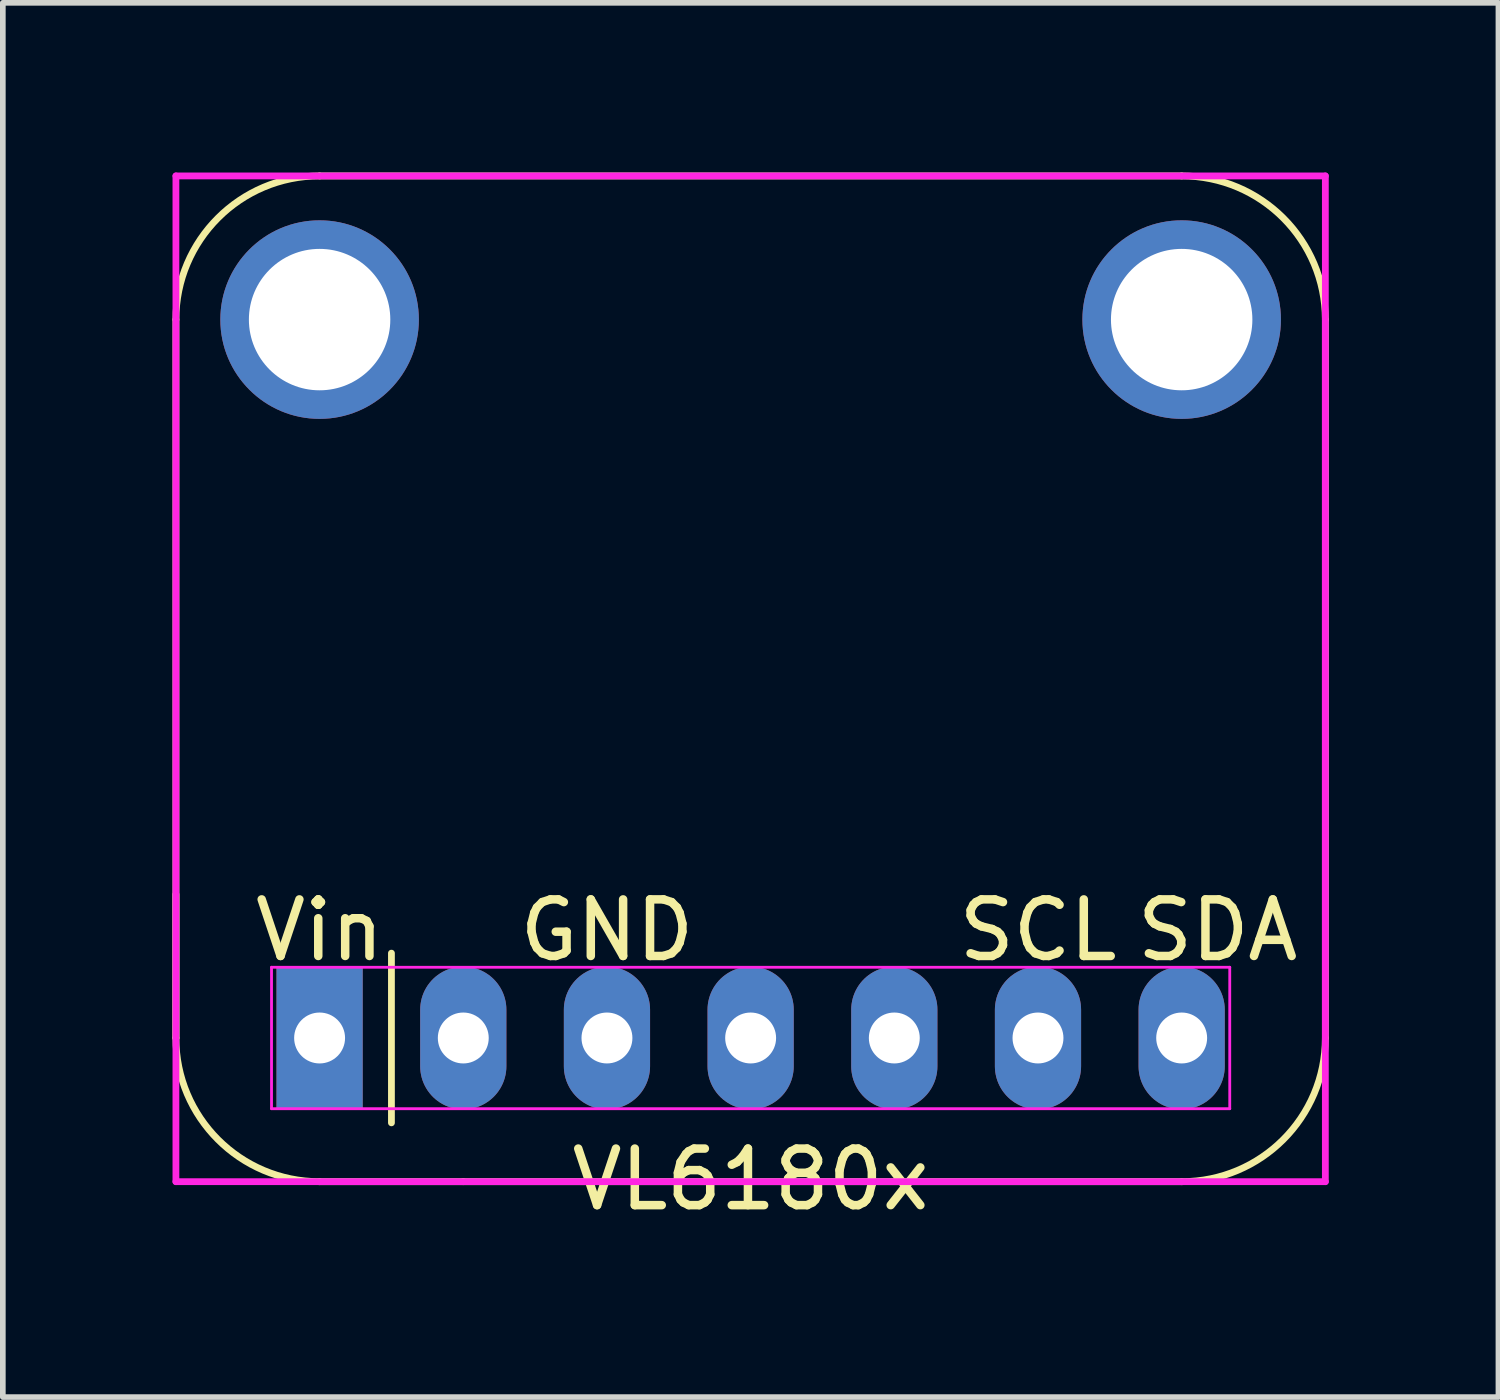
<source format=kicad_pcb>
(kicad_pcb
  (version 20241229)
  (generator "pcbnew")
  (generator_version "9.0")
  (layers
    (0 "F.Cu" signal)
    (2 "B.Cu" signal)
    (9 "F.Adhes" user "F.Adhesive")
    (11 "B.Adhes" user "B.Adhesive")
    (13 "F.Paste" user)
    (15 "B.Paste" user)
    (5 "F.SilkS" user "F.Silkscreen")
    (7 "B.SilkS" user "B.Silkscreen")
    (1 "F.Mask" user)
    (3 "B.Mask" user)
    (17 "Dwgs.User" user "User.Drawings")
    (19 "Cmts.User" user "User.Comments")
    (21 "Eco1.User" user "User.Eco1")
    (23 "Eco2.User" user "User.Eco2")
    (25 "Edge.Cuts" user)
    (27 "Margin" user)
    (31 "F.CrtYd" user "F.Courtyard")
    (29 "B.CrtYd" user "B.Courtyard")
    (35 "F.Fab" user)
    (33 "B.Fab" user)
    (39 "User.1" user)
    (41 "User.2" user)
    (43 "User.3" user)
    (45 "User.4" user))
  (footprint "VL6180x"
    (layer "F.Cu")
    (at 10.22 15.3)
    (property "Reference" "VL6180x" (at 0 2.5 0) (layer "F.SilkS") (effects (font (size 1 1) (thickness 0.15))))
    (attr through_hole)
    (fp_line (start -10.16 -12.7) (end -10.16 0) (stroke (width 0.12) (type solid)) (layer "F.SilkS"))
    (fp_line (start -10.16 0) (end -10.16 -2.54) (stroke (width 0.12) (type solid)) (layer "F.SilkS"))
    (fp_line (start -7.62 -15.24) (end 7.62 -15.24) (stroke (width 0.12) (type solid)) (layer "F.SilkS"))
    (fp_line (start -7.62 2.54) (end -5.08 2.54) (stroke (width 0.12) (type solid)) (layer "F.SilkS"))
    (fp_line (start -6.35 -1.5) (end -6.35 1.5) (stroke (width 0.12) (type solid)) (layer "F.SilkS"))
    (fp_line (start -5.08 2.54) (end 7.62 2.54) (stroke (width 0.12) (type solid)) (layer "F.SilkS"))
    (fp_line (start 10.16 -12.7) (end 10.16 0) (stroke (width 0.12) (type solid)) (layer "F.SilkS"))
    (fp_arc (start -10.16 -12.7) (mid -9.416051 -14.496051) (end -7.62 -15.24) (stroke (width 0.12) (type solid)) (layer "F.SilkS"))
    (fp_arc (start -7.62 2.54) (mid -9.416051 1.796051) (end -10.16 0) (stroke (width 0.12) (type solid)) (layer "F.SilkS"))
    (fp_arc (start 7.62 -15.24) (mid 9.416051 -14.496051) (end 10.16 -12.7) (stroke (width 0.12) (type solid)) (layer "F.SilkS"))
    (fp_arc (start 10.16 0) (mid 9.416051 1.796051) (end 7.62 2.54) (stroke (width 0.12) (type solid)) (layer "F.SilkS"))
    (fp_line (start -1.905 -10.795) (end -1.905 -4.445) (stroke (width 0.12) (type solid)) (layer "Eco2.User"))
    (fp_line (start -1.905 -4.445) (end 1.905 -4.445) (stroke (width 0.12) (type solid)) (layer "Eco2.User"))
    (fp_line (start 1.905 -10.795) (end -1.905 -10.795) (stroke (width 0.12) (type solid)) (layer "Eco2.User"))
    (fp_line (start 1.905 -4.445) (end 1.905 -10.795) (stroke (width 0.12) (type solid)) (layer "Eco2.User"))
    (fp_line (start -10.16 -15.24) (end -10.16 2.54) (stroke (width 0.12) (type solid)) (layer "F.CrtYd"))
    (fp_line (start -10.16 2.54) (end 10.16 2.54) (stroke (width 0.12) (type solid)) (layer "F.CrtYd"))
    (fp_line (start -8.47 -1.25) (end 8.47 -1.25) (stroke (width 0.05) (type solid)) (layer "F.CrtYd"))
    (fp_line (start -8.47 1.25) (end -8.47 -1.25) (stroke (width 0.05) (type solid)) (layer "F.CrtYd"))
    (fp_line (start 8.47 -1.25) (end 8.47 1.25) (stroke (width 0.05) (type solid)) (layer "F.CrtYd"))
    (fp_line (start 8.47 1.25) (end -8.47 1.25) (stroke (width 0.05) (type solid)) (layer "F.CrtYd"))
    (fp_line (start 10.16 -15.24) (end -10.16 -15.24) (stroke (width 0.12) (type solid)) (layer "F.CrtYd"))
    (fp_line (start 10.16 2.54) (end 10.16 -15.24) (stroke (width 0.12) (type solid)) (layer "F.CrtYd"))
    (fp_text user "GND" (at -2.54 -1.905 0) (layer "F.SilkS") (effects (font (size 1 1) (thickness 0.15))))
    (fp_text user "SCL" (at 5.08 -1.905 0) (layer "F.SilkS") (effects (font (size 1 1) (thickness 0.15))))
    (fp_text user "SDA" (at 8.255 -1.905 0) (layer "F.SilkS") (effects (font (size 1 1) (thickness 0.15))))
    (fp_text user "Vin" (at -7.62 -1.905 0) (layer "F.SilkS") (effects (font (size 1 1) (thickness 0.15))))
    (pad "1" thru_hole rect (at -7.62 0) (size 1.524 2.524) (drill 0.9) (layers "*.Cu" "*.Mask"))
    (pad "2" thru_hole oval (at -5.08 0) (size 1.524 2.524) (drill 0.9) (layers "*.Cu" "*.Mask"))
    (pad "3" thru_hole oval (at -2.54 0) (size 1.524 2.524) (drill 0.9) (layers "*.Cu" "*.Mask"))
    (pad "4" thru_hole oval (at 0 0) (size 1.524 2.524) (drill 0.9) (layers "*.Cu" "*.Mask"))
    (pad "5" thru_hole oval (at 2.54 0) (size 1.524 2.524) (drill 0.9) (layers "*.Cu" "*.Mask"))
    (pad "6" thru_hole oval (at 5.08 0) (size 1.524 2.524) (drill 0.9) (layers "*.Cu" "*.Mask"))
    (pad "7" thru_hole oval (at 7.62 0) (size 1.524 2.524) (drill 0.9) (layers "*.Cu" "*.Mask"))
    (pad "P$1" thru_hole circle (at -7.62 -12.7) (size 3.51 3.51) (drill 2.5) (layers "*.Cu" "*.Mask"))
    (pad "P$2" thru_hole circle (at 7.62 -12.7) (size 3.51 3.51) (drill 2.5) (layers "*.Cu" "*.Mask")))
  (gr_rect
    (start -3 -3)
    (end 23.44 21.648)
    (stroke (width 0.1) (type default))
    (fill no)
    (layer "Edge.Cuts")))
</source>
